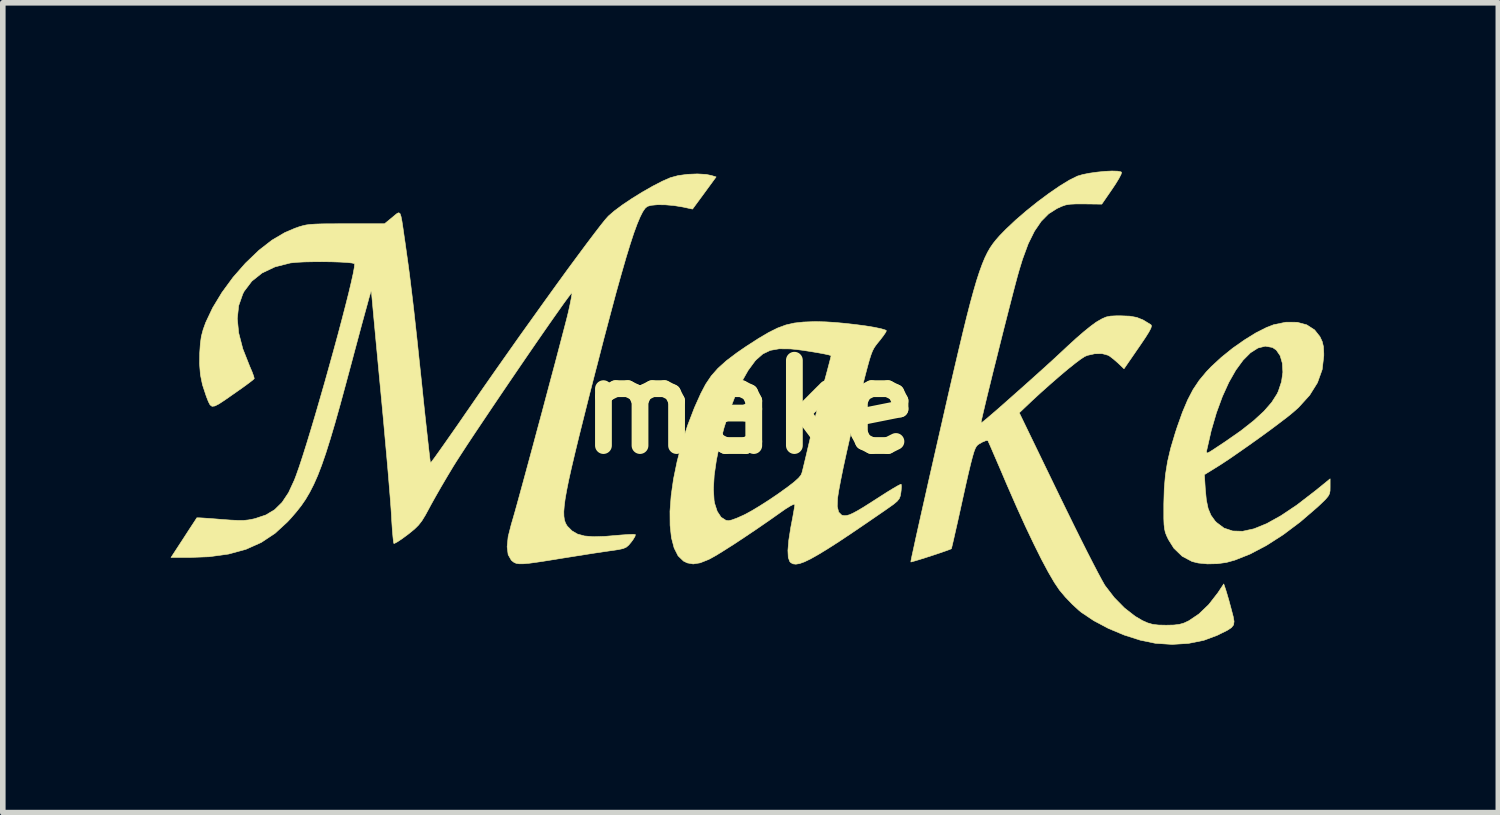
<source format=kicad_pcb>
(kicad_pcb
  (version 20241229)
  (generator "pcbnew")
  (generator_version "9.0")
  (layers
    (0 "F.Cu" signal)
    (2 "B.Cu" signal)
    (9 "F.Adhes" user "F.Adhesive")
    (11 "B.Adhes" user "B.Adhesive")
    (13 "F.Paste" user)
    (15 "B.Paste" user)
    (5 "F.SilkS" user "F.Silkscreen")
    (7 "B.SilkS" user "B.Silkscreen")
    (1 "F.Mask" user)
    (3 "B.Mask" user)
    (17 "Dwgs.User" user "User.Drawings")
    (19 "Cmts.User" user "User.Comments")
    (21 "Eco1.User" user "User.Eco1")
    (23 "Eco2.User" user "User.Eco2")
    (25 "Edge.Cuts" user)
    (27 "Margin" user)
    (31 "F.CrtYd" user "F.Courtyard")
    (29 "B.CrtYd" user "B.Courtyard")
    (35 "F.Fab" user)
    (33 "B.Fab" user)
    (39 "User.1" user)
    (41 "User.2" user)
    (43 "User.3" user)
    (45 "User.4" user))
  (footprint "make"
    (layer "F.Cu")
    (at 10.343 4.22)
    (property "Reference" "make" (at 0 0 0) (layer "F.SilkS") (effects (font (size 1.524 1.524) (thickness 0.3))))
    (attr through_hole)
    (fp_poly (pts (xy 9.779 -1.513) (xy 9.951 -1.467) (xy 10.091 -1.377) (xy 10.187 -1.256) (xy 10.228 -1.168) (xy 10.25 -1.076) (xy 10.256 -0.956) (xy 10.256 -0.914) (xy 10.227 -0.667) (xy 10.143 -0.433) (xy 10.003 -0.209) (xy 9.805 0.009) (xy 9.708 0.095) (xy 9.605 0.179) (xy 9.463 0.287) (xy 9.294 0.414) (xy 9.108 0.549) (xy 8.916 0.686) (xy 8.73 0.816) (xy 8.562 0.932) (xy 8.421 1.025) (xy 8.372 1.056) (xy 8.123 1.21) (xy 8.139 1.464) (xy 8.158 1.663) (xy 8.19 1.815) (xy 8.24 1.935) (xy 8.312 2.035) (xy 8.34 2.064) (xy 8.473 2.164) (xy 8.628 2.216) (xy 8.806 2.221) (xy 9.008 2.177) (xy 9.237 2.084) (xy 9.492 1.942) (xy 9.777 1.751) (xy 10.091 1.509) (xy 10.108 1.496) (xy 10.369 1.284) (xy 10.369 1.431) (xy 10.368 1.498) (xy 10.358 1.55) (xy 10.331 1.599) (xy 10.281 1.657) (xy 10.199 1.736) (xy 10.138 1.793) (xy 9.836 2.053) (xy 9.531 2.282) (xy 9.23 2.475) (xy 8.939 2.628) (xy 8.667 2.736) (xy 8.516 2.778) (xy 8.354 2.8) (xy 8.178 2.804) (xy 8.013 2.788) (xy 7.903 2.761) (xy 7.726 2.667) (xy 7.578 2.524) (xy 7.48 2.368) (xy 7.448 2.3) (xy 7.425 2.241) (xy 7.411 2.177) (xy 7.402 2.098) (xy 7.398 1.991) (xy 7.398 1.843) (xy 7.398 1.733) (xy 7.406 1.459) (xy 7.427 1.214) (xy 7.465 0.977) (xy 7.503 0.814) (xy 8.16 0.814) (xy 8.173 0.823) (xy 8.207 0.809) (xy 8.27 0.77) (xy 8.37 0.704) (xy 8.489 0.625) (xy 8.773 0.427) (xy 9.004 0.245) (xy 9.187 0.077) (xy 9.325 -0.081) (xy 9.422 -0.233) (xy 9.444 -0.28) (xy 9.501 -0.451) (xy 9.525 -0.621) (xy 9.516 -0.78) (xy 9.477 -0.915) (xy 9.408 -1.016) (xy 9.339 -1.063) (xy 9.211 -1.086) (xy 9.08 -1.053) (xy 8.946 -0.968) (xy 8.814 -0.835) (xy 8.684 -0.658) (xy 8.56 -0.44) (xy 8.444 -0.185) (xy 8.338 0.104) (xy 8.245 0.422) (xy 8.172 0.743) (xy 8.162 0.787) (xy 8.16 0.814) (xy 7.503 0.814) (xy 7.523 0.731) (xy 7.605 0.457) (xy 7.636 0.362) (xy 7.731 0.095) (xy 7.824 -0.125) (xy 7.921 -0.311) (xy 8.03 -0.474) (xy 8.158 -0.628) (xy 8.246 -0.72) (xy 8.427 -0.887) (xy 8.628 -1.049) (xy 8.839 -1.197) (xy 9.044 -1.324) (xy 9.234 -1.42) (xy 9.361 -1.469) (xy 9.58 -1.514) (xy 9.779 -1.513)) (stroke (width 0.01) (type solid)) (fill yes) (layer "F.SilkS"))
    (fp_poly (pts (xy 1.359 -1.52) (xy 1.532 -1.509) (xy 1.716 -1.492) (xy 1.899 -1.471) (xy 2.073 -1.448) (xy 2.225 -1.423) (xy 2.345 -1.398) (xy 2.422 -1.375) (xy 2.442 -1.363) (xy 2.431 -1.335) (xy 2.39 -1.275) (xy 2.328 -1.193) (xy 2.32 -1.184) (xy 2.28 -1.135) (xy 2.247 -1.092) (xy 2.219 -1.049) (xy 2.193 -0.998) (xy 2.168 -0.933) (xy 2.14 -0.846) (xy 2.108 -0.731) (xy 2.068 -0.58) (xy 2.019 -0.387) (xy 1.958 -0.144) (xy 1.944 -0.089) (xy 1.868 0.219) (xy 1.796 0.522) (xy 1.731 0.81) (xy 1.673 1.075) (xy 1.626 1.307) (xy 1.59 1.499) (xy 1.57 1.629) (xy 1.564 1.775) (xy 1.589 1.878) (xy 1.644 1.933) (xy 1.689 1.942) (xy 1.733 1.939) (xy 1.783 1.926) (xy 1.845 1.898) (xy 1.929 1.853) (xy 2.041 1.786) (xy 2.189 1.692) (xy 2.32 1.608) (xy 2.451 1.524) (xy 2.564 1.455) (xy 2.649 1.406) (xy 2.698 1.382) (xy 2.706 1.381) (xy 2.71 1.416) (xy 2.706 1.489) (xy 2.701 1.529) (xy 2.69 1.591) (xy 2.671 1.639) (xy 2.634 1.685) (xy 2.57 1.739) (xy 2.468 1.811) (xy 2.427 1.84) (xy 2.104 2.062) (xy 1.826 2.251) (xy 1.589 2.409) (xy 1.389 2.537) (xy 1.223 2.638) (xy 1.088 2.714) (xy 0.978 2.767) (xy 0.892 2.798) (xy 0.825 2.809) (xy 0.774 2.803) (xy 0.735 2.782) (xy 0.716 2.762) (xy 0.689 2.689) (xy 0.683 2.562) (xy 0.698 2.383) (xy 0.734 2.153) (xy 0.746 2.091) (xy 0.771 1.959) (xy 0.791 1.846) (xy 0.804 1.768) (xy 0.807 1.74) (xy 0.785 1.739) (xy 0.725 1.769) (xy 0.638 1.823) (xy 0.575 1.867) (xy 0.358 2.02) (xy 0.139 2.171) (xy -0.073 2.314) (xy -0.271 2.445) (xy -0.447 2.557) (xy -0.592 2.647) (xy -0.701 2.708) (xy -0.732 2.724) (xy -0.885 2.785) (xy -1.009 2.805) (xy -1.116 2.786) (xy -1.183 2.753) (xy -1.279 2.66) (xy -1.35 2.519) (xy -1.398 2.336) (xy -1.422 2.115) (xy -1.424 1.863) (xy -1.403 1.585) (xy -1.386 1.464) (xy -0.648 1.464) (xy -0.636 1.669) (xy -0.628 1.718) (xy -0.58 1.866) (xy -0.511 1.97) (xy -0.425 2.025) (xy -0.378 2.032) (xy -0.319 2.019) (xy -0.224 1.984) (xy -0.112 1.934) (xy -0.071 1.914) (xy 0.042 1.852) (xy 0.186 1.765) (xy 0.344 1.664) (xy 0.501 1.558) (xy 0.536 1.533) (xy 0.69 1.422) (xy 0.799 1.337) (xy 0.872 1.271) (xy 0.915 1.219) (xy 0.932 1.18) (xy 0.947 1.124) (xy 0.972 1.02) (xy 1.006 0.879) (xy 1.045 0.712) (xy 1.088 0.53) (xy 1.089 0.523) (xy 1.141 0.307) (xy 1.198 0.073) (xy 1.256 -0.157) (xy 1.309 -0.363) (xy 1.34 -0.478) (xy 1.381 -0.629) (xy 1.415 -0.758) (xy 1.44 -0.854) (xy 1.453 -0.908) (xy 1.454 -0.916) (xy 1.417 -0.929) (xy 1.335 -0.947) (xy 1.222 -0.968) (xy 1.09 -0.99) (xy 0.955 -1.011) (xy 0.83 -1.027) (xy 0.729 -1.037) (xy 0.725 -1.037) (xy 0.526 -1.039) (xy 0.368 -1.011) (xy 0.236 -0.948) (xy 0.117 -0.844) (xy 0.094 -0.819) (xy -0.028 -0.653) (xy -0.148 -0.441) (xy -0.261 -0.192) (xy -0.366 0.082) (xy -0.458 0.371) (xy -0.536 0.664) (xy -0.595 0.951) (xy -0.634 1.221) (xy -0.648 1.464) (xy -1.386 1.464) (xy -1.361 1.288) (xy -1.297 0.976) (xy -1.214 0.656) (xy -1.11 0.333) (xy -0.987 0.013) (xy -0.875 -0.237) (xy -0.786 -0.407) (xy -0.686 -0.555) (xy -0.566 -0.691) (xy -0.417 -0.825) (xy -0.229 -0.967) (xy -0.06 -1.083) (xy 0.157 -1.223) (xy 0.34 -1.331) (xy 0.499 -1.41) (xy 0.648 -1.465) (xy 0.797 -1.499) (xy 0.96 -1.517) (xy 1.148 -1.524) (xy 1.208 -1.524) (xy 1.359 -1.52)) (stroke (width 0.01) (type solid)) (fill yes) (layer "F.SilkS"))
    (fp_poly (pts (xy 6.572 -4.212) (xy 6.633 -4.2) (xy 6.643 -4.192) (xy 6.635 -4.157) (xy 6.598 -4.085) (xy 6.538 -3.986) (xy 6.476 -3.893) (xy 6.29 -3.623) (xy 5.976 -3.627) (xy 5.83 -3.627) (xy 5.726 -3.622) (xy 5.646 -3.609) (xy 5.574 -3.584) (xy 5.491 -3.546) (xy 5.341 -3.451) (xy 5.208 -3.317) (xy 5.087 -3.14) (xy 4.976 -2.916) (xy 4.874 -2.639) (xy 4.816 -2.45) (xy 4.786 -2.345) (xy 4.747 -2.2) (xy 4.7 -2.02) (xy 4.647 -1.814) (xy 4.589 -1.587) (xy 4.528 -1.347) (xy 4.466 -1.1) (xy 4.405 -0.854) (xy 4.345 -0.616) (xy 4.29 -0.391) (xy 4.24 -0.187) (xy 4.198 -0.011) (xy 4.165 0.13) (xy 4.142 0.23) (xy 4.132 0.282) (xy 4.132 0.287) (xy 4.157 0.271) (xy 4.22 0.22) (xy 4.315 0.139) (xy 4.437 0.034) (xy 4.58 -0.092) (xy 4.738 -0.232) (xy 4.906 -0.381) (xy 5.077 -0.534) (xy 5.246 -0.686) (xy 5.407 -0.832) (xy 5.553 -0.967) (xy 5.68 -1.086) (xy 5.7 -1.104) (xy 5.832 -1.225) (xy 5.965 -1.34) (xy 6.086 -1.438) (xy 6.182 -1.509) (xy 6.207 -1.525) (xy 6.296 -1.576) (xy 6.368 -1.607) (xy 6.446 -1.623) (xy 6.549 -1.628) (xy 6.633 -1.628) (xy 6.792 -1.622) (xy 6.916 -1.599) (xy 7.03 -1.553) (xy 7.158 -1.475) (xy 7.168 -1.469) (xy 7.178 -1.448) (xy 7.167 -1.406) (xy 7.131 -1.338) (xy 7.067 -1.236) (xy 6.971 -1.094) (xy 6.948 -1.061) (xy 6.687 -0.682) (xy 6.578 -0.786) (xy 6.5 -0.854) (xy 6.429 -0.908) (xy 6.404 -0.923) (xy 6.296 -0.952) (xy 6.163 -0.951) (xy 6.032 -0.921) (xy 5.983 -0.9) (xy 5.916 -0.856) (xy 5.813 -0.779) (xy 5.683 -0.675) (xy 5.535 -0.55) (xy 5.375 -0.411) (xy 5.212 -0.266) (xy 5.054 -0.121) (xy 5.015 -0.084) (xy 4.816 0.105) (xy 5.513 1.545) (xy 5.65 1.826) (xy 5.783 2.097) (xy 5.91 2.353) (xy 6.027 2.586) (xy 6.132 2.791) (xy 6.221 2.962) (xy 6.292 3.094) (xy 6.34 3.179) (xy 6.352 3.197) (xy 6.513 3.406) (xy 6.695 3.591) (xy 6.886 3.74) (xy 7.013 3.815) (xy 7.112 3.859) (xy 7.2 3.884) (xy 7.301 3.896) (xy 7.437 3.899) (xy 7.441 3.899) (xy 7.578 3.896) (xy 7.677 3.884) (xy 7.76 3.86) (xy 7.845 3.82) (xy 8.026 3.698) (xy 8.201 3.53) (xy 8.359 3.327) (xy 8.363 3.322) (xy 8.469 3.162) (xy 8.503 3.262) (xy 8.526 3.337) (xy 8.559 3.449) (xy 8.594 3.579) (xy 8.606 3.624) (xy 8.638 3.746) (xy 8.653 3.832) (xy 8.644 3.894) (xy 8.605 3.943) (xy 8.53 3.992) (xy 8.41 4.051) (xy 8.352 4.08) (xy 8.113 4.169) (xy 7.839 4.224) (xy 7.547 4.242) (xy 7.253 4.223) (xy 7.246 4.222) (xy 6.976 4.166) (xy 6.691 4.075) (xy 6.409 3.957) (xy 6.147 3.818) (xy 5.923 3.668) (xy 5.884 3.636) (xy 5.765 3.527) (xy 5.639 3.396) (xy 5.534 3.271) (xy 5.532 3.268) (xy 5.443 3.136) (xy 5.335 2.951) (xy 5.211 2.719) (xy 5.074 2.443) (xy 4.924 2.128) (xy 4.765 1.777) (xy 4.598 1.395) (xy 4.57 1.33) (xy 4.488 1.137) (xy 4.413 0.963) (xy 4.349 0.815) (xy 4.3 0.701) (xy 4.267 0.628) (xy 4.256 0.602) (xy 4.222 0.601) (xy 4.16 0.626) (xy 4.089 0.667) (xy 4.072 0.68) (xy 4.051 0.703) (xy 4.03 0.741) (xy 4.007 0.801) (xy 3.981 0.889) (xy 3.949 1.012) (xy 3.91 1.174) (xy 3.862 1.384) (xy 3.808 1.628) (xy 3.759 1.851) (xy 3.714 2.054) (xy 3.674 2.23) (xy 3.642 2.372) (xy 3.618 2.473) (xy 3.605 2.527) (xy 3.603 2.533) (xy 3.571 2.547) (xy 3.496 2.574) (xy 3.392 2.61) (xy 3.272 2.65) (xy 3.148 2.69) (xy 3.034 2.726) (xy 2.943 2.753) (xy 2.888 2.768) (xy 2.879 2.769) (xy 2.883 2.739) (xy 2.9 2.655) (xy 2.929 2.523) (xy 2.967 2.347) (xy 3.015 2.132) (xy 3.071 1.882) (xy 3.134 1.603) (xy 3.202 1.299) (xy 3.276 0.975) (xy 3.318 0.79) (xy 3.438 0.264) (xy 3.545 -0.206) (xy 3.642 -0.626) (xy 3.729 -0.997) (xy 3.807 -1.324) (xy 3.877 -1.61) (xy 3.941 -1.859) (xy 4 -2.074) (xy 4.054 -2.259) (xy 4.105 -2.416) (xy 4.154 -2.55) (xy 4.201 -2.664) (xy 4.249 -2.762) (xy 4.298 -2.847) (xy 4.35 -2.922) (xy 4.405 -2.991) (xy 4.464 -3.058) (xy 4.529 -3.125) (xy 4.581 -3.178) (xy 4.753 -3.34) (xy 4.945 -3.505) (xy 5.147 -3.667) (xy 5.349 -3.817) (xy 5.54 -3.948) (xy 5.71 -4.052) (xy 5.849 -4.121) (xy 5.858 -4.125) (xy 5.95 -4.152) (xy 6.071 -4.176) (xy 6.207 -4.195) (xy 6.345 -4.209) (xy 6.472 -4.215) (xy 6.572 -4.212)) (stroke (width 0.01) (type solid)) (fill yes) (layer "F.SilkS"))
    (fp_poly (pts (xy -0.777 -4.154) (xy -0.681 -4.134) (xy -0.6 -4.109) (xy -0.81 -3.822) (xy -1.021 -3.535) (xy -1.205 -3.574) (xy -1.352 -3.598) (xy -1.505 -3.611) (xy -1.647 -3.613) (xy -1.762 -3.602) (xy -1.828 -3.583) (xy -1.867 -3.55) (xy -1.91 -3.488) (xy -1.957 -3.395) (xy -2.01 -3.269) (xy -2.07 -3.106) (xy -2.136 -2.904) (xy -2.211 -2.66) (xy -2.294 -2.372) (xy -2.388 -2.036) (xy -2.491 -1.65) (xy -2.607 -1.212) (xy -2.734 -0.718) (xy -2.747 -0.67) (xy -2.863 -0.218) (xy -2.963 0.18) (xy -3.05 0.528) (xy -3.123 0.829) (xy -3.184 1.088) (xy -3.233 1.307) (xy -3.27 1.492) (xy -3.297 1.645) (xy -3.313 1.77) (xy -3.321 1.871) (xy -3.319 1.952) (xy -3.31 2.017) (xy -3.293 2.069) (xy -3.27 2.112) (xy -3.255 2.133) (xy -3.174 2.214) (xy -3.076 2.271) (xy -2.951 2.305) (xy -2.791 2.318) (xy -2.587 2.312) (xy -2.429 2.299) (xy -2.287 2.287) (xy -2.167 2.279) (xy -2.082 2.276) (xy -2.043 2.28) (xy -2.042 2.281) (xy -2.049 2.312) (xy -2.085 2.372) (xy -2.117 2.415) (xy -2.163 2.47) (xy -2.206 2.506) (xy -2.261 2.53) (xy -2.344 2.548) (xy -2.469 2.567) (xy -2.487 2.569) (xy -2.604 2.586) (xy -2.766 2.61) (xy -2.958 2.64) (xy -3.165 2.673) (xy -3.373 2.706) (xy -3.385 2.708) (xy -3.619 2.746) (xy -3.803 2.774) (xy -3.942 2.793) (xy -4.045 2.802) (xy -4.119 2.802) (xy -4.171 2.794) (xy -4.21 2.777) (xy -4.243 2.752) (xy -4.26 2.736) (xy -4.315 2.639) (xy -4.333 2.498) (xy -4.315 2.317) (xy -4.26 2.101) (xy -4.236 2.02) (xy -4.198 1.888) (xy -4.149 1.712) (xy -4.09 1.497) (xy -4.023 1.252) (xy -3.95 0.982) (xy -3.872 0.695) (xy -3.792 0.396) (xy -3.71 0.093) (xy -3.63 -0.208) (xy -3.552 -0.501) (xy -3.478 -0.777) (xy -3.411 -1.032) (xy -3.352 -1.257) (xy -3.302 -1.448) (xy -3.264 -1.595) (xy -3.24 -1.693) (xy -3.211 -1.825) (xy -3.189 -1.936) (xy -3.176 -2.012) (xy -3.175 -2.04) (xy -3.193 -2.023) (xy -3.241 -1.96) (xy -3.316 -1.858) (xy -3.413 -1.721) (xy -3.531 -1.554) (xy -3.664 -1.363) (xy -3.811 -1.151) (xy -3.967 -0.924) (xy -4.129 -0.687) (xy -4.294 -0.445) (xy -4.458 -0.203) (xy -4.618 0.034) (xy -4.771 0.262) (xy -4.914 0.475) (xy -5.042 0.668) (xy -5.152 0.837) (xy -5.242 0.976) (xy -5.295 1.061) (xy -5.399 1.234) (xy -5.508 1.419) (xy -5.611 1.599) (xy -5.697 1.753) (xy -5.718 1.793) (xy -5.794 1.933) (xy -5.856 2.034) (xy -5.917 2.112) (xy -5.988 2.182) (xy -6.082 2.259) (xy -6.112 2.282) (xy -6.211 2.355) (xy -6.292 2.409) (xy -6.344 2.437) (xy -6.357 2.439) (xy -6.364 2.404) (xy -6.373 2.321) (xy -6.384 2.198) (xy -6.394 2.047) (xy -6.4 1.935) (xy -6.408 1.813) (xy -6.421 1.638) (xy -6.439 1.419) (xy -6.46 1.163) (xy -6.485 0.877) (xy -6.513 0.568) (xy -6.542 0.245) (xy -6.573 -0.086) (xy -6.59 -0.265) (xy -6.62 -0.58) (xy -6.648 -0.878) (xy -6.674 -1.153) (xy -6.697 -1.401) (xy -6.717 -1.614) (xy -6.733 -1.789) (xy -6.745 -1.92) (xy -6.752 -2.001) (xy -6.753 -2.026) (xy -6.76 -2.059) (xy -6.767 -2.059) (xy -6.777 -2.028) (xy -6.801 -1.946) (xy -6.836 -1.817) (xy -6.882 -1.65) (xy -6.937 -1.449) (xy -6.998 -1.221) (xy -7.065 -0.972) (xy -7.097 -0.851) (xy -7.213 -0.419) (xy -7.316 -0.04) (xy -7.409 0.291) (xy -7.494 0.577) (xy -7.572 0.825) (xy -7.646 1.039) (xy -7.717 1.224) (xy -7.788 1.384) (xy -7.86 1.525) (xy -7.934 1.651) (xy -8.014 1.767) (xy -8.101 1.877) (xy -8.197 1.988) (xy -8.257 2.053) (xy -8.48 2.258) (xy -8.726 2.421) (xy -9.001 2.544) (xy -9.31 2.628) (xy -9.659 2.676) (xy -10.012 2.689) (xy -10.338 2.689) (xy -10.109 2.338) (xy -10.027 2.211) (xy -9.957 2.104) (xy -9.905 2.025) (xy -9.879 1.984) (xy -9.876 1.98) (xy -9.847 1.98) (xy -9.769 1.984) (xy -9.652 1.992) (xy -9.508 2.003) (xy -9.451 2.008) (xy -9.274 2.021) (xy -9.142 2.027) (xy -9.04 2.027) (xy -8.954 2.018) (xy -8.869 2.002) (xy -8.832 1.993) (xy -8.644 1.93) (xy -8.487 1.836) (xy -8.354 1.705) (xy -8.238 1.531) (xy -8.134 1.306) (xy -8.103 1.225) (xy -8.049 1.072) (xy -7.986 0.881) (xy -7.916 0.659) (xy -7.84 0.41) (xy -7.76 0.142) (xy -7.678 -0.141) (xy -7.594 -0.432) (xy -7.512 -0.726) (xy -7.431 -1.017) (xy -7.354 -1.3) (xy -7.283 -1.568) (xy -7.219 -1.815) (xy -7.163 -2.037) (xy -7.118 -2.227) (xy -7.084 -2.38) (xy -7.064 -2.489) (xy -7.058 -2.549) (xy -7.061 -2.559) (xy -7.102 -2.571) (xy -7.192 -2.581) (xy -7.317 -2.588) (xy -7.468 -2.593) (xy -7.632 -2.595) (xy -7.798 -2.594) (xy -7.954 -2.591) (xy -8.089 -2.584) (xy -8.191 -2.574) (xy -8.207 -2.572) (xy -8.481 -2.502) (xy -8.711 -2.393) (xy -8.894 -2.247) (xy -9.032 -2.065) (xy -9.056 -2.018) (xy -9.129 -1.81) (xy -9.154 -1.578) (xy -9.129 -1.322) (xy -9.055 -1.037) (xy -8.933 -0.728) (xy -8.89 -0.628) (xy -8.861 -0.549) (xy -8.851 -0.507) (xy -8.852 -0.505) (xy -8.878 -0.481) (xy -8.945 -0.429) (xy -9.043 -0.357) (xy -9.165 -0.271) (xy -9.231 -0.225) (xy -9.377 -0.123) (xy -9.482 -0.054) (xy -9.555 -0.017) (xy -9.605 -0.011) (xy -9.64 -0.037) (xy -9.67 -0.094) (xy -9.704 -0.181) (xy -9.713 -0.206) (xy -9.776 -0.397) (xy -9.813 -0.578) (xy -9.828 -0.772) (xy -9.825 -0.967) (xy -9.814 -1.132) (xy -9.796 -1.261) (xy -9.764 -1.381) (xy -9.718 -1.509) (xy -9.594 -1.771) (xy -9.428 -2.045) (xy -9.23 -2.315) (xy -9.011 -2.565) (xy -9.007 -2.569) (xy -8.766 -2.8) (xy -8.534 -2.98) (xy -8.303 -3.116) (xy -8.127 -3.191) (xy -8.054 -3.217) (xy -7.989 -3.236) (xy -7.924 -3.251) (xy -7.848 -3.261) (xy -7.752 -3.267) (xy -7.626 -3.271) (xy -7.46 -3.272) (xy -7.246 -3.273) (xy -7.213 -3.273) (xy -6.523 -3.273) (xy -6.385 -3.386) (xy -6.334 -3.429) (xy -6.296 -3.459) (xy -6.268 -3.469) (xy -6.246 -3.453) (xy -6.229 -3.404) (xy -6.212 -3.317) (xy -6.192 -3.185) (xy -6.166 -3.002) (xy -6.157 -2.943) (xy -6.129 -2.742) (xy -6.102 -2.551) (xy -6.077 -2.363) (xy -6.053 -2.168) (xy -6.028 -1.962) (xy -6.001 -1.734) (xy -5.973 -1.479) (xy -5.941 -1.189) (xy -5.906 -0.855) (xy -5.865 -0.471) (xy -5.857 -0.394) (xy -5.828 -0.113) (xy -5.8 0.15) (xy -5.774 0.387) (xy -5.751 0.595) (xy -5.732 0.765) (xy -5.717 0.894) (xy -5.707 0.974) (xy -5.703 1.001) (xy -5.684 0.979) (xy -5.635 0.914) (xy -5.56 0.809) (xy -5.462 0.671) (xy -5.345 0.504) (xy -5.212 0.314) (xy -5.068 0.105) (xy -5.02 0.036) (xy -4.797 -0.287) (xy -4.568 -0.615) (xy -4.337 -0.943) (xy -4.107 -1.269) (xy -3.88 -1.586) (xy -3.661 -1.892) (xy -3.452 -2.182) (xy -3.256 -2.452) (xy -3.075 -2.697) (xy -2.914 -2.914) (xy -2.775 -3.098) (xy -2.661 -3.246) (xy -2.576 -3.352) (xy -2.524 -3.41) (xy -2.419 -3.501) (xy -2.274 -3.609) (xy -2.101 -3.725) (xy -1.915 -3.84) (xy -1.729 -3.946) (xy -1.558 -4.034) (xy -1.419 -4.095) (xy -1.279 -4.133) (xy -1.11 -4.156) (xy -0.935 -4.163) (xy -0.777 -4.154)) (stroke (width 0.01) (type solid)) (fill yes) (layer "F.SilkS")))
  (gr_rect
    (start -3 -3)
    (end 23.717 11.467)
    (stroke (width 0.1) (type default))
    (fill no)
    (layer "Edge.Cuts")))
</source>
